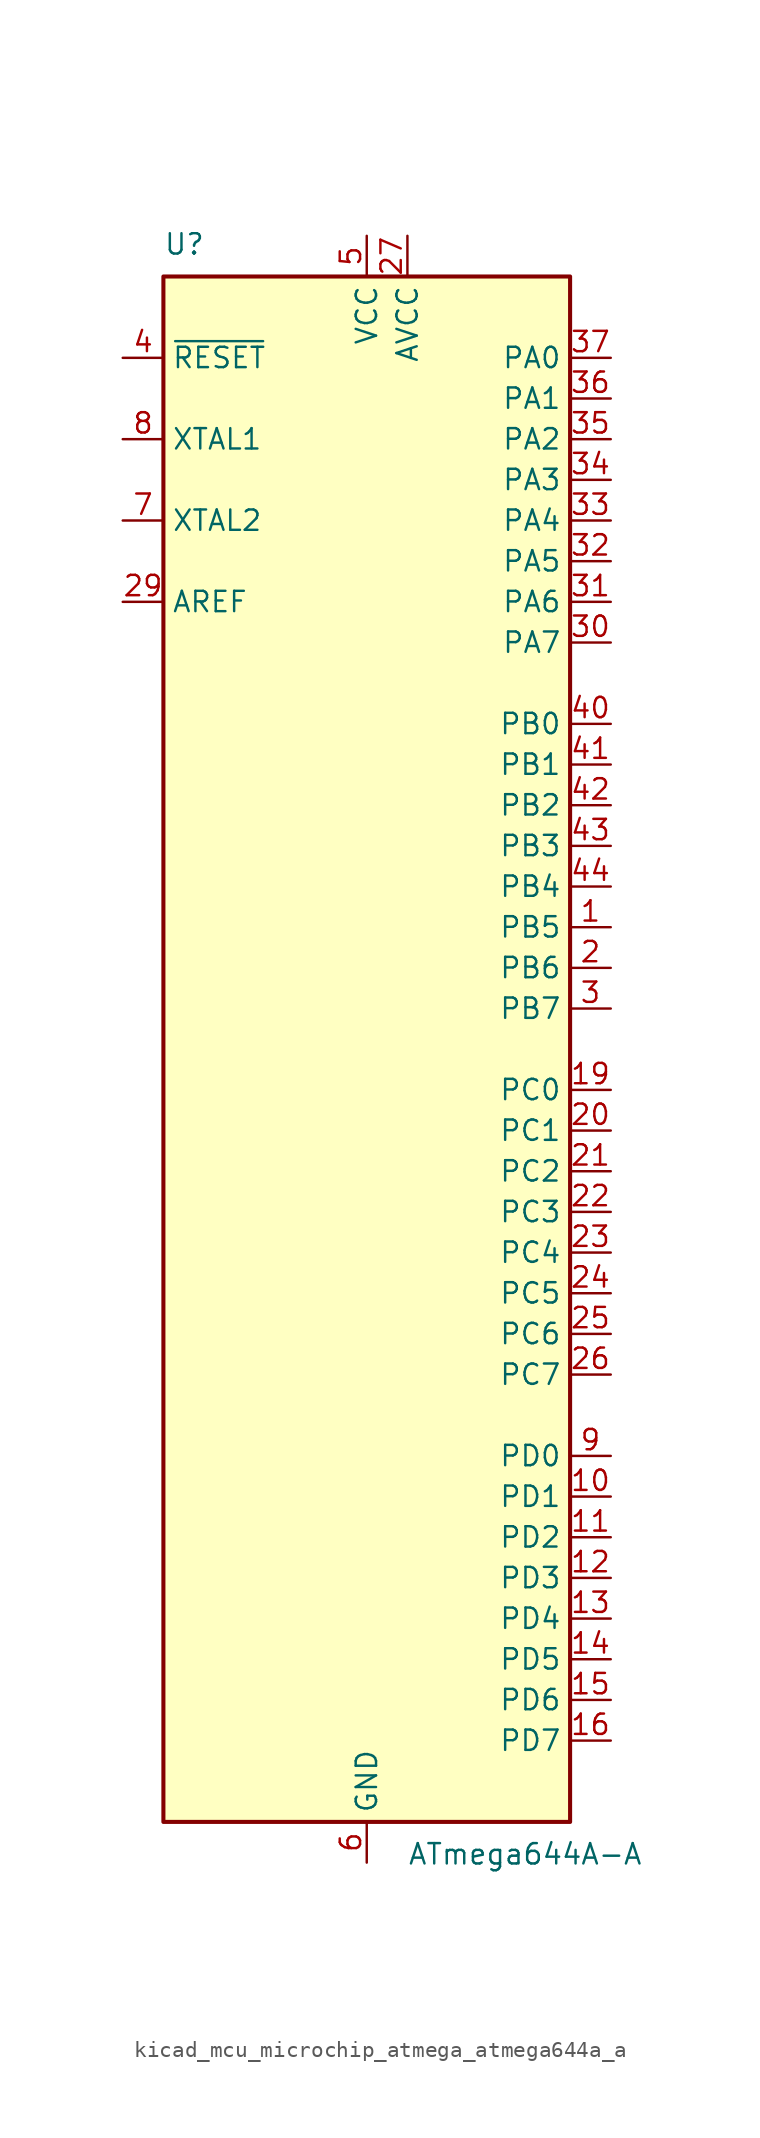
<source format=kicad_sym>
(kicad_symbol_lib
  (version 20220914)
  (generator kicad_symbol_editor)
  (symbol "kicad_mcu_microchip_atmega_atmega644a_a"
    (property "Reference" "U"
      (at -12.7 49.53 0)
      (effects (font (size 1.27 1.27)) (justify left bottom)))
    (property "Value" "ATmega644A-A"
      (at 2.54 -49.53 0)
      (effects (font (size 1.27 1.27)) (justify left top)))
    (symbol "kicad_mcu_microchip_atmega_atmega644a_a_0_1"
      (rectangle (start -12.7 -48.26) (end 12.7 48.26) (stroke (width 0.254) (type default)) (fill (type background))))
    (symbol "kicad_mcu_microchip_atmega_atmega644a_a_1_1"
      (pin bidirectional line (at 15.24 7.62 180) (length 2.54) (name "PB5" (effects (font (size 1.27 1.27)))) (number "1" (effects (font (size 1.27 1.27)))))
      (pin bidirectional line (at 15.24 -27.94 180) (length 2.54) (name "PD1" (effects (font (size 1.27 1.27)))) (number "10" (effects (font (size 1.27 1.27)))))
      (pin bidirectional line (at 15.24 -30.48 180) (length 2.54) (name "PD2" (effects (font (size 1.27 1.27)))) (number "11" (effects (font (size 1.27 1.27)))))
      (pin bidirectional line (at 15.24 -33.02 180) (length 2.54) (name "PD3" (effects (font (size 1.27 1.27)))) (number "12" (effects (font (size 1.27 1.27)))))
      (pin bidirectional line (at 15.24 -35.56 180) (length 2.54) (name "PD4" (effects (font (size 1.27 1.27)))) (number "13" (effects (font (size 1.27 1.27)))))
      (pin bidirectional line (at 15.24 -38.1 180) (length 2.54) (name "PD5" (effects (font (size 1.27 1.27)))) (number "14" (effects (font (size 1.27 1.27)))))
      (pin bidirectional line (at 15.24 -40.64 180) (length 2.54) (name "PD6" (effects (font (size 1.27 1.27)))) (number "15" (effects (font (size 1.27 1.27)))))
      (pin bidirectional line (at 15.24 -43.18 180) (length 2.54) (name "PD7" (effects (font (size 1.27 1.27)))) (number "16" (effects (font (size 1.27 1.27)))))
      (pin passive line (at 0 50.8 270) (length 2.54) hide (name "VCC" (effects (font (size 1.27 1.27)))) (number "17" (effects (font (size 1.27 1.27)))))
      (pin passive line (at 0 -50.8 90) (length 2.54) hide (name "GND" (effects (font (size 1.27 1.27)))) (number "18" (effects (font (size 1.27 1.27)))))
      (pin bidirectional line (at 15.24 -2.54 180) (length 2.54) (name "PC0" (effects (font (size 1.27 1.27)))) (number "19" (effects (font (size 1.27 1.27)))))
      (pin bidirectional line (at 15.24 5.08 180) (length 2.54) (name "PB6" (effects (font (size 1.27 1.27)))) (number "2" (effects (font (size 1.27 1.27)))))
      (pin bidirectional line (at 15.24 -5.08 180) (length 2.54) (name "PC1" (effects (font (size 1.27 1.27)))) (number "20" (effects (font (size 1.27 1.27)))))
      (pin bidirectional line (at 15.24 -7.62 180) (length 2.54) (name "PC2" (effects (font (size 1.27 1.27)))) (number "21" (effects (font (size 1.27 1.27)))))
      (pin bidirectional line (at 15.24 -10.16 180) (length 2.54) (name "PC3" (effects (font (size 1.27 1.27)))) (number "22" (effects (font (size 1.27 1.27)))))
      (pin bidirectional line (at 15.24 -12.7 180) (length 2.54) (name "PC4" (effects (font (size 1.27 1.27)))) (number "23" (effects (font (size 1.27 1.27)))))
      (pin bidirectional line (at 15.24 -15.24 180) (length 2.54) (name "PC5" (effects (font (size 1.27 1.27)))) (number "24" (effects (font (size 1.27 1.27)))))
      (pin bidirectional line (at 15.24 -17.78 180) (length 2.54) (name "PC6" (effects (font (size 1.27 1.27)))) (number "25" (effects (font (size 1.27 1.27)))))
      (pin bidirectional line (at 15.24 -20.32 180) (length 2.54) (name "PC7" (effects (font (size 1.27 1.27)))) (number "26" (effects (font (size 1.27 1.27)))))
      (pin power_in line (at 2.54 50.8 270) (length 2.54) (name "AVCC" (effects (font (size 1.27 1.27)))) (number "27" (effects (font (size 1.27 1.27)))))
      (pin passive line (at 0 -50.8 90) (length 2.54) hide (name "GND" (effects (font (size 1.27 1.27)))) (number "28" (effects (font (size 1.27 1.27)))))
      (pin passive line (at -15.24 27.94 0) (length 2.54) (name "AREF" (effects (font (size 1.27 1.27)))) (number "29" (effects (font (size 1.27 1.27)))))
      (pin bidirectional line (at 15.24 2.54 180) (length 2.54) (name "PB7" (effects (font (size 1.27 1.27)))) (number "3" (effects (font (size 1.27 1.27)))))
      (pin bidirectional line (at 15.24 25.4 180) (length 2.54) (name "PA7" (effects (font (size 1.27 1.27)))) (number "30" (effects (font (size 1.27 1.27)))))
      (pin bidirectional line (at 15.24 27.94 180) (length 2.54) (name "PA6" (effects (font (size 1.27 1.27)))) (number "31" (effects (font (size 1.27 1.27)))))
      (pin bidirectional line (at 15.24 30.48 180) (length 2.54) (name "PA5" (effects (font (size 1.27 1.27)))) (number "32" (effects (font (size 1.27 1.27)))))
      (pin bidirectional line (at 15.24 33.02 180) (length 2.54) (name "PA4" (effects (font (size 1.27 1.27)))) (number "33" (effects (font (size 1.27 1.27)))))
      (pin bidirectional line (at 15.24 35.56 180) (length 2.54) (name "PA3" (effects (font (size 1.27 1.27)))) (number "34" (effects (font (size 1.27 1.27)))))
      (pin bidirectional line (at 15.24 38.1 180) (length 2.54) (name "PA2" (effects (font (size 1.27 1.27)))) (number "35" (effects (font (size 1.27 1.27)))))
      (pin bidirectional line (at 15.24 40.64 180) (length 2.54) (name "PA1" (effects (font (size 1.27 1.27)))) (number "36" (effects (font (size 1.27 1.27)))))
      (pin bidirectional line (at 15.24 43.18 180) (length 2.54) (name "PA0" (effects (font (size 1.27 1.27)))) (number "37" (effects (font (size 1.27 1.27)))))
      (pin passive line (at 0 50.8 270) (length 2.54) hide (name "VCC" (effects (font (size 1.27 1.27)))) (number "38" (effects (font (size 1.27 1.27)))))
      (pin passive line (at 0 -50.8 90) (length 2.54) hide (name "GND" (effects (font (size 1.27 1.27)))) (number "39" (effects (font (size 1.27 1.27)))))
      (pin input line (at -15.24 43.18 0) (length 2.54) (name "~{RESET}" (effects (font (size 1.27 1.27)))) (number "4" (effects (font (size 1.27 1.27)))))
      (pin bidirectional line (at 15.24 20.32 180) (length 2.54) (name "PB0" (effects (font (size 1.27 1.27)))) (number "40" (effects (font (size 1.27 1.27)))))
      (pin bidirectional line (at 15.24 17.78 180) (length 2.54) (name "PB1" (effects (font (size 1.27 1.27)))) (number "41" (effects (font (size 1.27 1.27)))))
      (pin bidirectional line (at 15.24 15.24 180) (length 2.54) (name "PB2" (effects (font (size 1.27 1.27)))) (number "42" (effects (font (size 1.27 1.27)))))
      (pin bidirectional line (at 15.24 12.7 180) (length 2.54) (name "PB3" (effects (font (size 1.27 1.27)))) (number "43" (effects (font (size 1.27 1.27)))))
      (pin bidirectional line (at 15.24 10.16 180) (length 2.54) (name "PB4" (effects (font (size 1.27 1.27)))) (number "44" (effects (font (size 1.27 1.27)))))
      (pin power_in line (at 0 50.8 270) (length 2.54) (name "VCC" (effects (font (size 1.27 1.27)))) (number "5" (effects (font (size 1.27 1.27)))))
      (pin power_in line (at 0 -50.8 90) (length 2.54) (name "GND" (effects (font (size 1.27 1.27)))) (number "6" (effects (font (size 1.27 1.27)))))
      (pin output line (at -15.24 33.02 0) (length 2.54) (name "XTAL2" (effects (font (size 1.27 1.27)))) (number "7" (effects (font (size 1.27 1.27)))))
      (pin input line (at -15.24 38.1 0) (length 2.54) (name "XTAL1" (effects (font (size 1.27 1.27)))) (number "8" (effects (font (size 1.27 1.27)))))
      (pin bidirectional line (at 15.24 -25.4 180) (length 2.54) (name "PD0" (effects (font (size 1.27 1.27)))) (number "9" (effects (font (size 1.27 1.27))))))))
</source>
